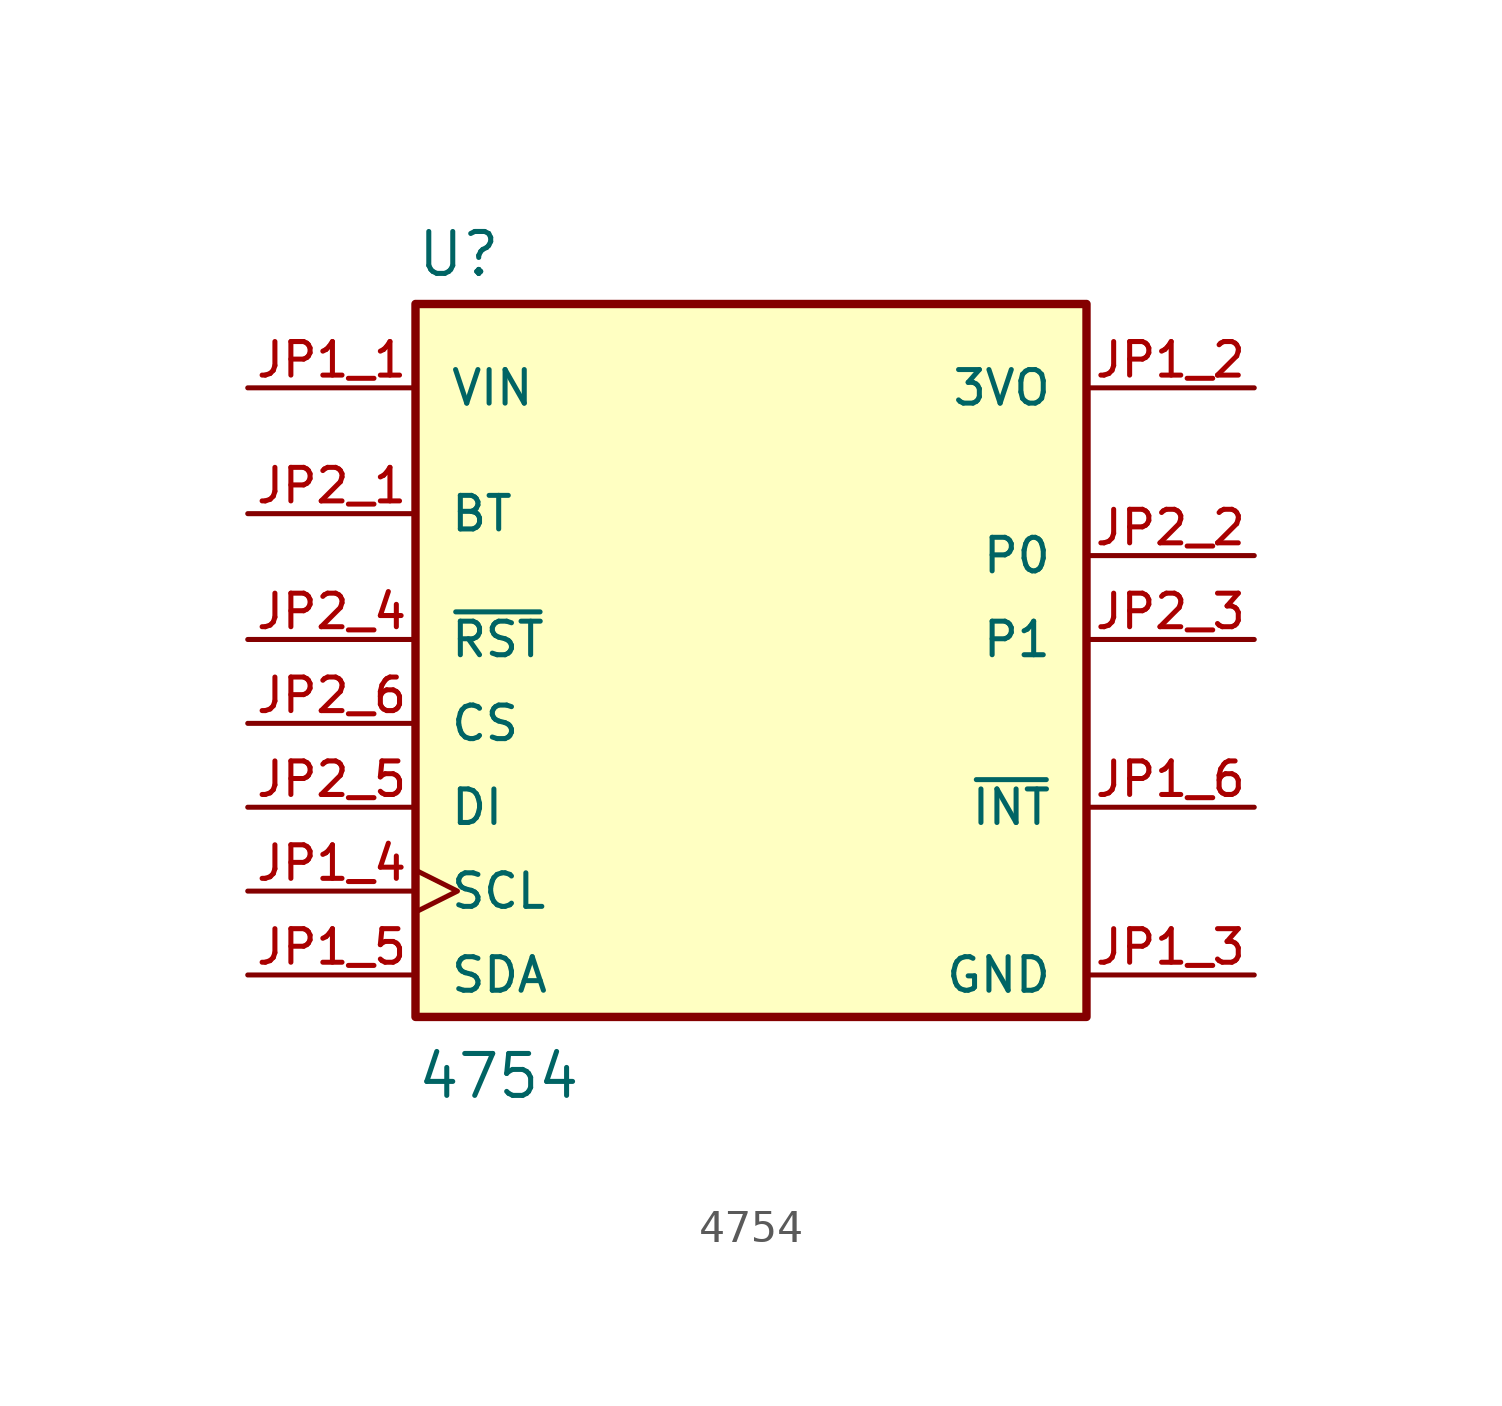
<source format=kicad_sym>
(kicad_symbol_lib
  (version 20220914)
  (generator kicad_symbol_editor)
  (symbol "4754"
    (pin_names
      (offset 1.016))
    (property "Reference" "U"
      (at -10.16 12.192 0)
      (effects (font (size 1.27 1.27)) (justify left bottom)))
    (property "Value" "4754"
      (at -10.16 -12.7 0)
      (effects (font (size 1.27 1.27)) (justify left bottom)))
    (symbol "4754_0_0"
      (rectangle (start -10.16 11.43) (end 10.16 -10.16) (stroke (width 0.254) (type default)) (fill (type background)))
      (pin input line (at -15.24 8.89 0) (length 5.08) (name "VIN" (effects (font (size 1.016 1.016)))) (number "JP1_1" (effects (font (size 1.016 1.016)))))
      (pin output line (at 15.24 8.89 180) (length 5.08) (name "3VO" (effects (font (size 1.016 1.016)))) (number "JP1_2" (effects (font (size 1.016 1.016)))))
      (pin power_in line (at 15.24 -8.89 180) (length 5.08) (name "GND" (effects (font (size 1.016 1.016)))) (number "JP1_3" (effects (font (size 1.016 1.016)))))
      (pin bidirectional clock (at -15.24 -6.35 0) (length 5.08) (name "SCL" (effects (font (size 1.016 1.016)))) (number "JP1_4" (effects (font (size 1.016 1.016)))))
      (pin bidirectional line (at -15.24 -8.89 0) (length 5.08) (name "SDA" (effects (font (size 1.016 1.016)))) (number "JP1_5" (effects (font (size 1.016 1.016)))))
      (pin output line (at 15.24 -3.81 180) (length 5.08) (name "~{INT}" (effects (font (size 1.016 1.016)))) (number "JP1_6" (effects (font (size 1.016 1.016)))))
      (pin input line (at -15.24 5.08 0) (length 5.08) (name "BT" (effects (font (size 1.016 1.016)))) (number "JP2_1" (effects (font (size 1.016 1.016)))))
      (pin bidirectional line (at 15.24 3.81 180) (length 5.08) (name "P0" (effects (font (size 1.016 1.016)))) (number "JP2_2" (effects (font (size 1.016 1.016)))))
      (pin bidirectional line (at 15.24 1.27 180) (length 5.08) (name "P1" (effects (font (size 1.016 1.016)))) (number "JP2_3" (effects (font (size 1.016 1.016)))))
      (pin input line (at -15.24 1.27 0) (length 5.08) (name "~{RST}" (effects (font (size 1.016 1.016)))) (number "JP2_4" (effects (font (size 1.016 1.016)))))
      (pin input line (at -15.24 -3.81 0) (length 5.08) (name "DI" (effects (font (size 1.016 1.016)))) (number "JP2_5" (effects (font (size 1.016 1.016)))))
      (pin input line (at -15.24 -1.27 0) (length 5.08) (name "CS" (effects (font (size 1.016 1.016)))) (number "JP2_6" (effects (font (size 1.016 1.016))))))))
</source>
